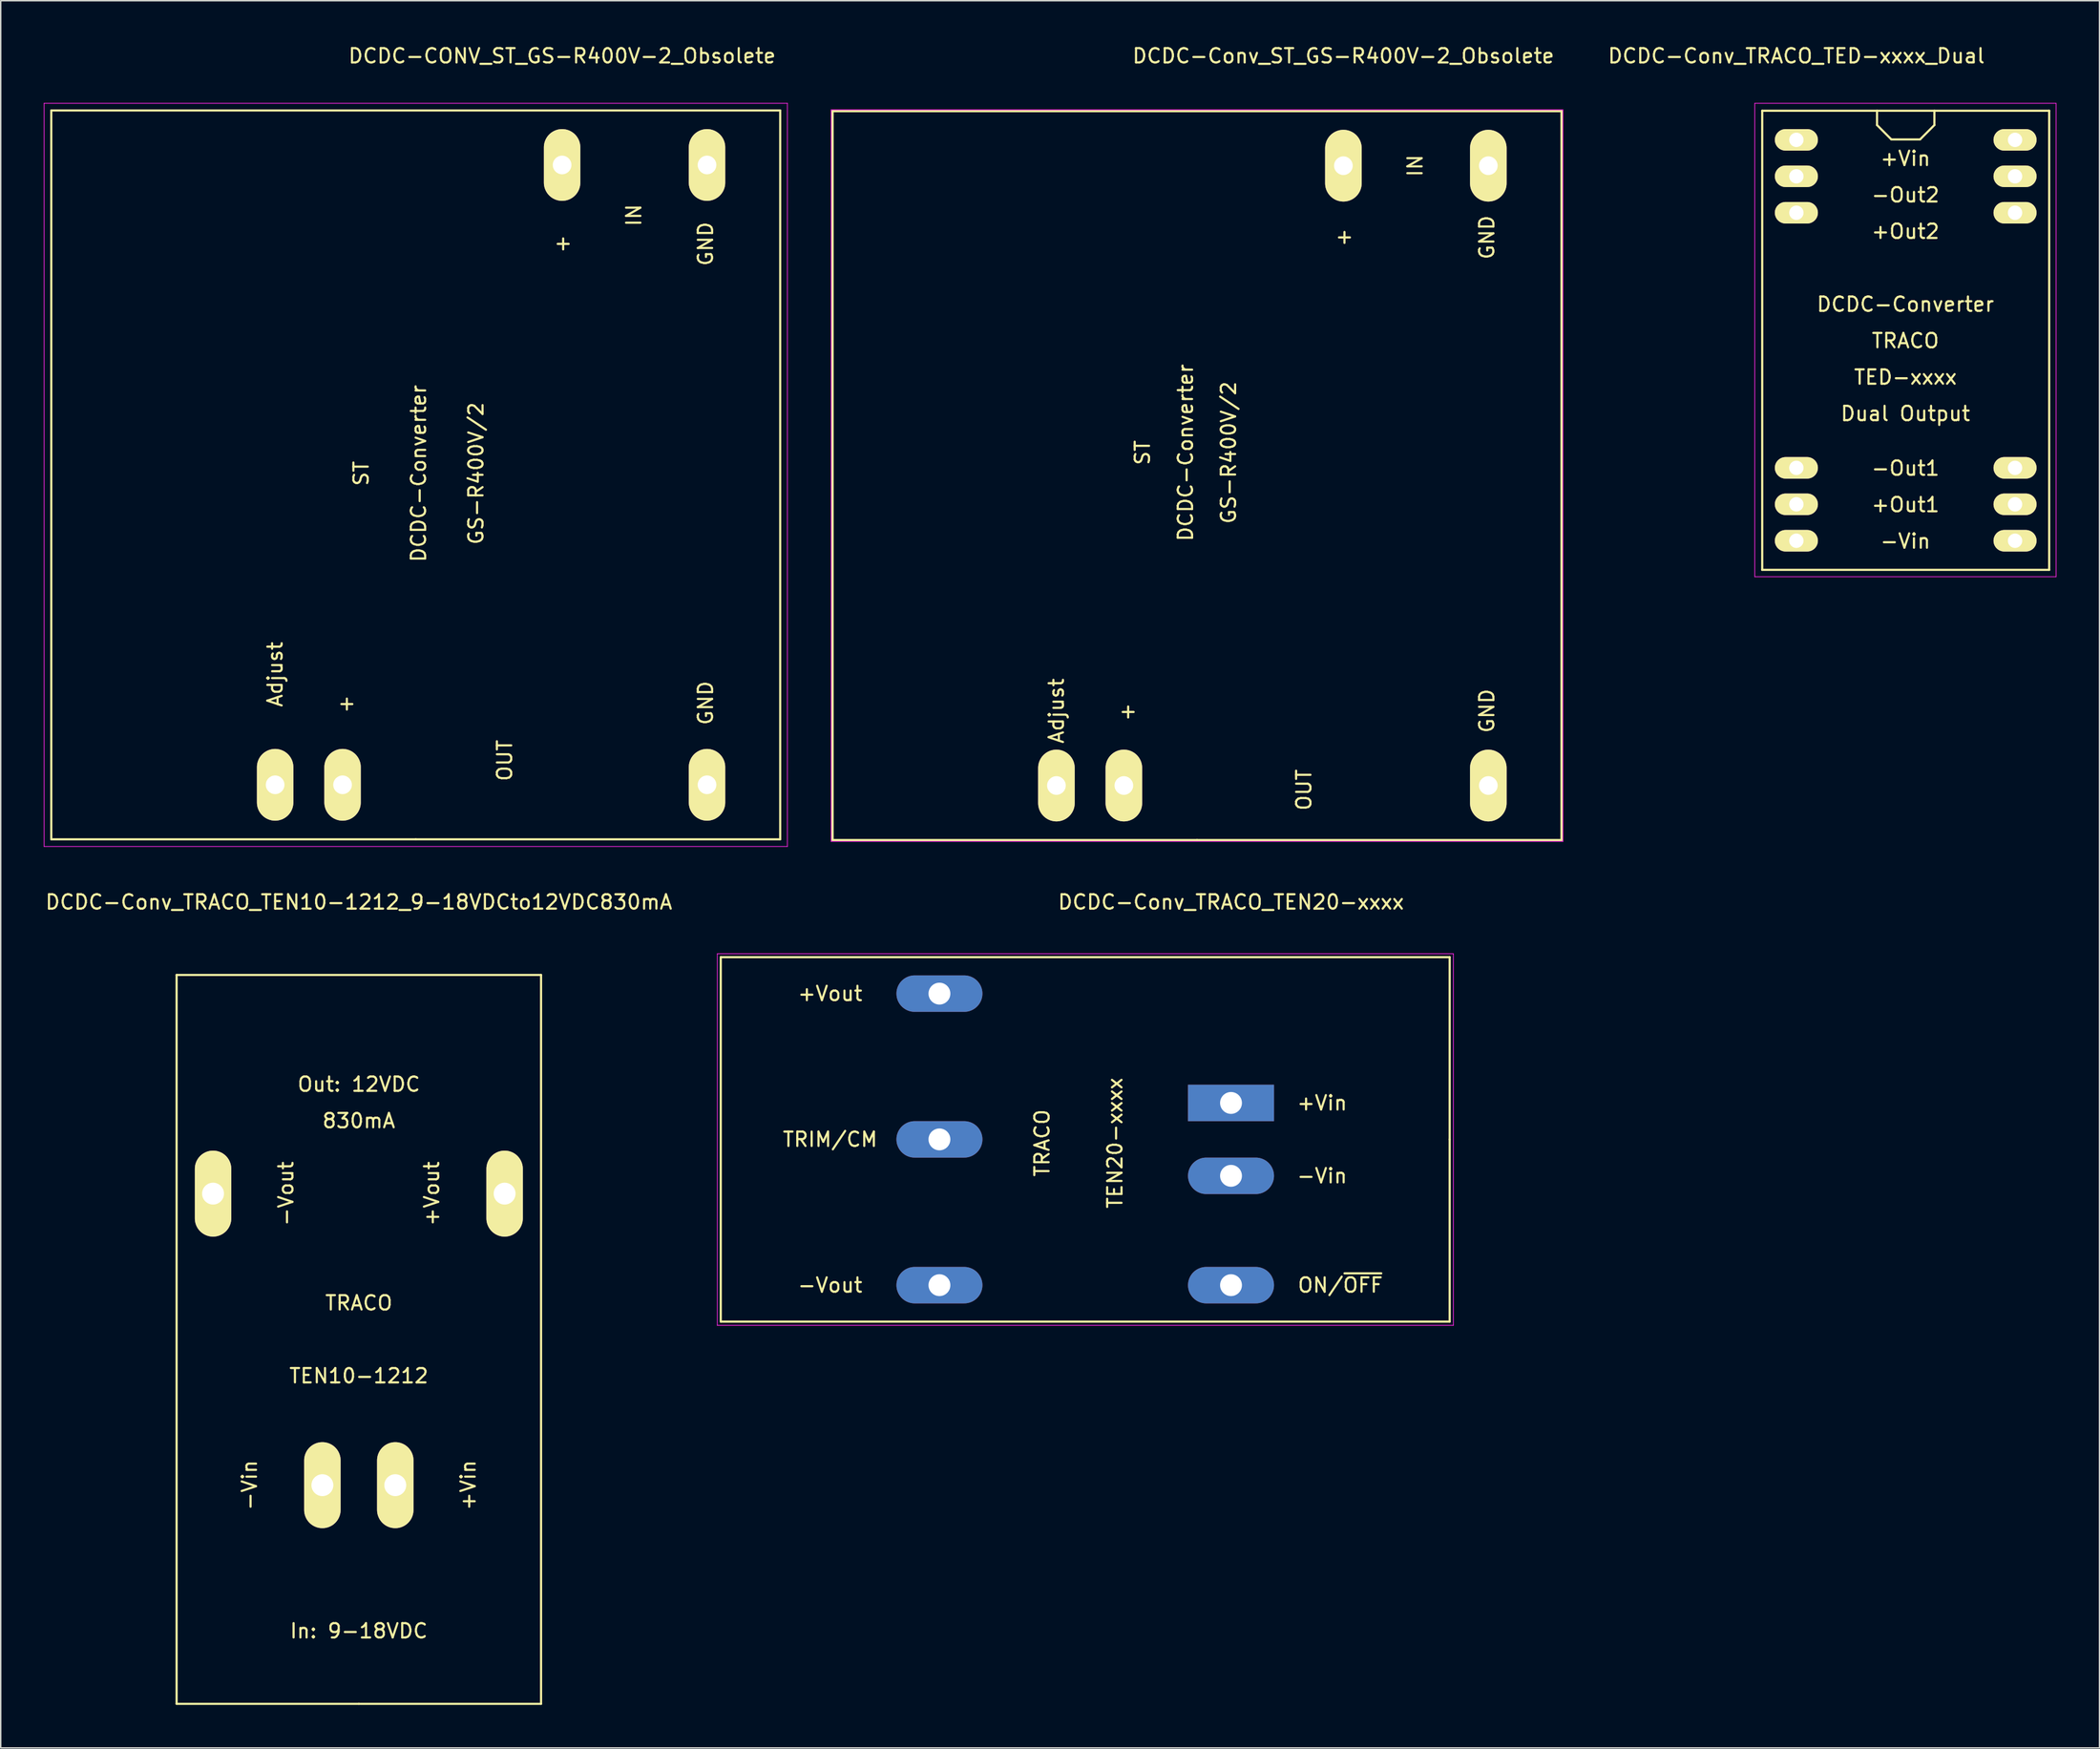
<source format=kicad_pcb>
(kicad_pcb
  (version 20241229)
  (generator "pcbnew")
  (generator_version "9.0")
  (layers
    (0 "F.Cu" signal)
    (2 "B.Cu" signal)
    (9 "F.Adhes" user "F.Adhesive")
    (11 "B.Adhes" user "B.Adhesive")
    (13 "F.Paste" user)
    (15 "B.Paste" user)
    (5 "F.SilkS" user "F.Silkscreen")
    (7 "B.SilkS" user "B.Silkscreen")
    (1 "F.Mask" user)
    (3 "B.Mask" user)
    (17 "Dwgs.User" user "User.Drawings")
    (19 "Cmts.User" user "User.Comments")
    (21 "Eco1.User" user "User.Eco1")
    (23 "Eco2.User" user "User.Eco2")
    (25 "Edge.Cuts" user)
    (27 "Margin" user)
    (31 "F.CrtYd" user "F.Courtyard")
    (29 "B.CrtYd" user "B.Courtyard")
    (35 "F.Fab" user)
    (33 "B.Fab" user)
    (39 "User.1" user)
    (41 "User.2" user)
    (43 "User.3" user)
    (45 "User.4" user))
  (footprint "DCDC-Conv_ST_GS-R400V-2_Obsolete"
    (layer "F.Cu")
    (at 90.575 8.498)
    (property "Reference" "DCDC-Conv_ST_GS-R400V-2_Obsolete" (at 0 -7.65 0) (layer "F.SilkS") (effects (font (size 1 1) (thickness 0.15))))
    (attr through_hole)
    (fp_line (start -35.6 -3.8) (end -35.6 47) (stroke (width 0.15) (type solid)) (layer "F.SilkS"))
    (fp_line (start -35.6 47) (end -10.2 47) (stroke (width 0.15) (type solid)) (layer "F.SilkS"))
    (fp_line (start -10.2 47) (end 15.2 47) (stroke (width 0.15) (type solid)) (layer "F.SilkS"))
    (fp_line (start 15.2 -3.8) (end -35.6 -3.8) (stroke (width 0.15) (type solid)) (layer "F.SilkS"))
    (fp_line (start 15.2 47) (end 15.2 -3.8) (stroke (width 0.15) (type solid)) (layer "F.SilkS"))
    (fp_line (start -35.7 -3.9) (end -35.7 47.1) (stroke (width 0.05) (type solid)) (layer "F.CrtYd"))
    (fp_line (start -35.7 -3.9) (end 15.3 -3.9) (stroke (width 0.05) (type solid)) (layer "F.CrtYd"))
    (fp_line (start -35.7 47.1) (end 15.3 47.1) (stroke (width 0.05) (type solid)) (layer "F.CrtYd"))
    (fp_line (start 15.3 -3.9) (end 15.3 47.1) (stroke (width 0.05) (type solid)) (layer "F.CrtYd"))
    (fp_text user "DCDC-Converter" (at -11 20 90) (layer "F.SilkS") (effects (font (size 1 1) (thickness 0.15))))
    (fp_text user "ST" (at -14 20 90) (layer "F.SilkS") (effects (font (size 1 1) (thickness 0.15))))
    (fp_text user "+" (at -15 38 0) (layer "F.SilkS") (effects (font (size 1 1) (thickness 0.15))))
    (fp_text user "OUT" (at -2.75 43.5 90) (layer "F.SilkS") (effects (font (size 1 1) (thickness 0.15))))
    (fp_text user "GND" (at 10 5 90) (layer "F.SilkS") (effects (font (size 1 1) (thickness 0.15))))
    (fp_text user "Adjust" (at -20 38 90) (layer "F.SilkS") (effects (font (size 1 1) (thickness 0.15))))
    (fp_text user "IN" (at 5 0 90) (layer "F.SilkS") (effects (font (size 1 1) (thickness 0.15))))
    (fp_text user "GS-R400V/2" (at -8 20 90) (layer "F.SilkS") (effects (font (size 1 1) (thickness 0.15))))
    (fp_text user "+" (at 0 5 90) (layer "F.SilkS") (effects (font (size 1 1) (thickness 0.15))))
    (fp_text user "GND" (at 10 38 90) (layer "F.SilkS") (effects (font (size 1 1) (thickness 0.15))))
    (pad "1" thru_hole oval (at 0 0) (size 2.55 5) (drill 1.3) (layers "*.Cu" "*.Mask" "F.SilkS"))
    (pad "2" thru_hole oval (at 10.1 0) (size 2.55 5) (drill 1.3) (layers "*.Cu" "*.Mask" "F.SilkS"))
    (pad "3" thru_hole oval (at 10.1 43.2) (size 2.55 5) (drill 1.3) (layers "*.Cu" "*.Mask" "F.SilkS"))
    (pad "4" thru_hole oval (at -15.3 43.2) (size 2.55 5) (drill 1.3) (layers "*.Cu" "*.Mask" "F.SilkS"))
    (pad "5" thru_hole oval (at -20 43.2) (size 2.55 5) (drill 1.3) (layers "*.Cu" "*.Mask" "F.SilkS")))
  (footprint "DCDC-CONV_ST_GS-R400V-2_Obsolete"
    (layer "F.Cu")
    (at 36.125 8.448)
    (property "Reference" "DCDC-CONV_ST_GS-R400V-2_Obsolete" (at 0 -7.6 0) (layer "F.SilkS") (effects (font (size 1 1) (thickness 0.15))))
    (attr through_hole)
    (fp_line (start -35.601 -3.8) (end -35.601 47) (stroke (width 0.15) (type solid)) (layer "F.SilkS"))
    (fp_line (start -35.601 47) (end -10.201 47) (stroke (width 0.15) (type solid)) (layer "F.SilkS"))
    (fp_line (start -10.201 47) (end 15.199 47) (stroke (width 0.15) (type solid)) (layer "F.SilkS"))
    (fp_line (start 15.199 -3.8) (end -35.601 -3.8) (stroke (width 0.15) (type solid)) (layer "F.SilkS"))
    (fp_line (start 15.199 47) (end 15.199 -3.8) (stroke (width 0.15) (type solid)) (layer "F.SilkS"))
    (fp_line (start -36.1 -4.3) (end -36.1 47.5) (stroke (width 0.05) (type solid)) (layer "F.CrtYd"))
    (fp_line (start -36.1 -4.3) (end 15.7 -4.3) (stroke (width 0.05) (type solid)) (layer "F.CrtYd"))
    (fp_line (start -36.1 47.5) (end 15.7 47.5) (stroke (width 0.05) (type solid)) (layer "F.CrtYd"))
    (fp_line (start 15.7 -4.3) (end 15.7 47.5) (stroke (width 0.05) (type solid)) (layer "F.CrtYd"))
    (fp_text user "+" (at -0.00002 5.501 90) (layer "F.SilkS") (effects (font (size 1 1) (thickness 0.15))))
    (fp_text user "GS-R400V/2" (at -6 21.5 90) (layer "F.SilkS") (effects (font (size 1 1) (thickness 0.15))))
    (fp_text user "GND" (at 10 5.501 90) (layer "F.SilkS") (effects (font (size 1 1) (thickness 0.15))))
    (fp_text user "Adjust" (at -20 35.5 90) (layer "F.SilkS") (effects (font (size 1 1) (thickness 0.15))))
    (fp_text user "+" (at -15.001 37.499 0) (layer "F.SilkS") (effects (font (size 1 1) (thickness 0.15))))
    (fp_text user "GND" (at 10 37.499 90) (layer "F.SilkS") (effects (font (size 1 1) (thickness 0.15))))
    (fp_text user "ST" (at -14.001 21.5 90) (layer "F.SilkS") (effects (font (size 1 1) (thickness 0.15))))
    (fp_text user "IN" (at 5.001 3.499 90) (layer "F.SilkS") (effects (font (size 1 1) (thickness 0.15))))
    (fp_text user "OUT" (at -4.001 41.5 90) (layer "F.SilkS") (effects (font (size 1 1) (thickness 0.15))))
    (fp_text user "DCDC-Converter" (at -10 21.5 90) (layer "F.SilkS") (effects (font (size 1 1) (thickness 0.15))))
    (pad "1" thru_hole oval (at 0 0) (size 2.54 5.001) (drill 1.3) (layers "*.Cu" "*.Mask" "F.SilkS"))
    (pad "2" thru_hole oval (at 10.099 0) (size 2.54 5.001) (drill 1.3) (layers "*.Cu" "*.Mask" "F.SilkS"))
    (pad "3" thru_hole oval (at 10.099 43.2) (size 2.54 5.001) (drill 1.3) (layers "*.Cu" "*.Mask" "F.SilkS"))
    (pad "4" thru_hole oval (at -15.301 43.2) (size 2.54 5.001) (drill 1.3) (layers "*.Cu" "*.Mask" "F.SilkS"))
    (pad "5" thru_hole oval (at -20 43.2) (size 2.54 5.001) (drill 1.3) (layers "*.Cu" "*.Mask" "F.SilkS")))
  (footprint "DCDC-Conv_TRACO_TED-xxxx_Dual"
    (layer "F.Cu")
    (at 122.144 6.698)
    (property "Reference" "DCDC-Conv_TRACO_TED-xxxx_Dual" (at 0 -5.85 0) (layer "F.SilkS") (effects (font (size 1 1) (thickness 0.15))))
    (attr through_hole)
    (fp_line (start -2.38 -2.029) (end -2.38 29.97) (stroke (width 0.15) (type solid)) (layer "F.SilkS"))
    (fp_line (start -2.38 29.97) (end 17.62 29.97) (stroke (width 0.15) (type solid)) (layer "F.SilkS"))
    (fp_line (start 5.621 -2.029) (end 5.621 -1.031) (stroke (width 0.15) (type solid)) (layer "F.SilkS"))
    (fp_line (start 5.621 -1.031) (end 6.619 -0.03) (stroke (width 0.15) (type solid)) (layer "F.SilkS"))
    (fp_line (start 6.619 -0.03) (end 8.621 -0.03) (stroke (width 0.15) (type solid)) (layer "F.SilkS"))
    (fp_line (start 8.621 -0.03) (end 9.619 -1.031) (stroke (width 0.15) (type solid)) (layer "F.SilkS"))
    (fp_line (start 9.619 -1.031) (end 9.619 -2.029) (stroke (width 0.15) (type solid)) (layer "F.SilkS"))
    (fp_line (start 17.62 -2.029) (end -2.38 -2.029) (stroke (width 0.15) (type solid)) (layer "F.SilkS"))
    (fp_line (start 17.62 29.97) (end 17.62 -2.029) (stroke (width 0.15) (type solid)) (layer "F.SilkS"))
    (fp_line (start -2.9 -2.55) (end -2.9 30.45) (stroke (width 0.05) (type solid)) (layer "F.CrtYd"))
    (fp_line (start -2.9 -2.55) (end 18.1 -2.55) (stroke (width 0.05) (type solid)) (layer "F.CrtYd"))
    (fp_line (start -2.9 30.45) (end 18.1 30.45) (stroke (width 0.05) (type solid)) (layer "F.CrtYd"))
    (fp_line (start 18.1 -2.55) (end 18.1 30.45) (stroke (width 0.05) (type solid)) (layer "F.CrtYd"))
    (fp_text user "-Out2" (at 7.6 3.84 0) (layer "F.SilkS") (effects (font (size 1 1) (thickness 0.15))))
    (fp_text user "-Out1" (at 7.6 22.89 0) (layer "F.SilkS") (effects (font (size 1 1) (thickness 0.15))))
    (fp_text user "+Out1" (at 7.6 25.43 0) (layer "F.SilkS") (effects (font (size 1 1) (thickness 0.15))))
    (fp_text user "+Out2" (at 7.6 6.38 0) (layer "F.SilkS") (effects (font (size 1 1) (thickness 0.15))))
    (fp_text user "+Vin" (at 7.6 1.3 0) (layer "F.SilkS") (effects (font (size 1 1) (thickness 0.15))))
    (fp_text user "TED-xxxx" (at 7.6 16.54 0) (layer "F.SilkS") (effects (font (size 1 1) (thickness 0.15))))
    (fp_text user "Dual Output" (at 7.6 19.08 0) (layer "F.SilkS") (effects (font (size 1 1) (thickness 0.15))))
    (fp_text user "-Vin" (at 7.6 27.97 0) (layer "F.SilkS") (effects (font (size 1 1) (thickness 0.15))))
    (fp_text user "TRACO" (at 7.6 14 0) (layer "F.SilkS") (effects (font (size 1 1) (thickness 0.15))))
    (fp_text user "DCDC-Converter" (at 7.6 11.46 0) (layer "F.SilkS") (effects (font (size 1 1) (thickness 0.15))))
    (pad "1" thru_hole oval (at 0 0) (size 3 1.501) (drill 1.001) (layers "*.Cu" "*.Mask" "F.SilkS"))
    (pad "2" thru_hole oval (at 0 2.54) (size 3 1.501) (drill 1.001) (layers "*.Cu" "*.Mask" "F.SilkS"))
    (pad "3" thru_hole oval (at 0 5.08) (size 3 1.501) (drill 1.001) (layers "*.Cu" "*.Mask" "F.SilkS"))
    (pad "10" thru_hole oval (at 0 22.86) (size 3 1.501) (drill 1.001) (layers "*.Cu" "*.Mask" "F.SilkS"))
    (pad "11" thru_hole oval (at 0 25.4) (size 3 1.501) (drill 1.001) (layers "*.Cu" "*.Mask" "F.SilkS"))
    (pad "12" thru_hole oval (at 0 27.94) (size 3 1.501) (drill 1.001) (layers "*.Cu" "*.Mask" "F.SilkS"))
    (pad "13" thru_hole oval (at 15.24 27.94) (size 3 1.501) (drill 1.001) (layers "*.Cu" "*.Mask" "F.SilkS"))
    (pad "14" thru_hole oval (at 15.24 25.4) (size 3 1.501) (drill 1.001) (layers "*.Cu" "*.Mask" "F.SilkS"))
    (pad "15" thru_hole oval (at 15.24 22.86) (size 3 1.501) (drill 1.001) (layers "*.Cu" "*.Mask" "F.SilkS"))
    (pad "22" thru_hole oval (at 15.24 5.08) (size 3 1.501) (drill 1.001) (layers "*.Cu" "*.Mask" "F.SilkS"))
    (pad "23" thru_hole oval (at 15.24 2.54) (size 3 1.501) (drill 1.001) (layers "*.Cu" "*.Mask" "F.SilkS"))
    (pad "24" thru_hole oval (at 15.24 0) (size 3 1.501) (drill 1.001) (layers "*.Cu" "*.Mask" "F.SilkS")))
  (footprint "DCDC-Conv_TRACO_TEN10-1212_9-18VDCto12VDC830mA"
    (layer "F.Cu")
    (at 21.958 90.302)
    (property "Reference" "DCDC-Conv_TRACO_TEN10-1212_9-18VDCto12VDC830mA" (at 0 -30.48 0) (layer "F.SilkS") (effects (font (size 1 1) (thickness 0.15))))
    (attr through_hole)
    (fp_line (start -12.7 -25.4) (end -12.7 25.4) (stroke (width 0.15) (type solid)) (layer "F.SilkS"))
    (fp_line (start -12.7 25.4) (end 0 25.4) (stroke (width 0.15) (type solid)) (layer "F.SilkS"))
    (fp_line (start 0 25.4) (end 12.7 25.4) (stroke (width 0.15) (type solid)) (layer "F.SilkS"))
    (fp_line (start 12.7 -25.4) (end -12.7 -25.4) (stroke (width 0.15) (type solid)) (layer "F.SilkS"))
    (fp_line (start 12.7 25.4) (end 12.7 -25.4) (stroke (width 0.15) (type solid)) (layer "F.SilkS"))
    (fp_text user "Out: 12VDC" (at 0 -17.78 0) (layer "F.SilkS") (effects (font (size 1 1) (thickness 0.15))))
    (fp_text user "In: 9-18VDC" (at 0 20.32 0) (layer "F.SilkS") (effects (font (size 1 1) (thickness 0.15))))
    (fp_text user "-Vin" (at -7.62 10.16 90) (layer "F.SilkS") (effects (font (size 1 1) (thickness 0.15))))
    (fp_text user "TEN10-1212" (at 0 2.54 0) (layer "F.SilkS") (effects (font (size 1 1) (thickness 0.15))))
    (fp_text user "830mA" (at 0 -15.24 0) (layer "F.SilkS") (effects (font (size 1 1) (thickness 0.15))))
    (fp_text user "-Vout" (at -5.08 -10.16 90) (layer "F.SilkS") (effects (font (size 1 1) (thickness 0.15))))
    (fp_text user "+Vin" (at 7.62 10.16 90) (layer "F.SilkS") (effects (font (size 1 1) (thickness 0.15))))
    (fp_text user "+Vout" (at 5.08 -10.16 90) (layer "F.SilkS") (effects (font (size 1 1) (thickness 0.15))))
    (fp_text user "TRACO" (at 0 -2.54 0) (layer "F.SilkS") (effects (font (size 1 1) (thickness 0.15))))
    (pad "1" thru_hole oval (at 2.54 10.16) (size 2.54 5.994) (drill 1.524) (layers "*.Cu" "*.Mask" "F.SilkS"))
    (pad "2" thru_hole oval (at -2.54 10.16) (size 2.54 5.994) (drill 1.524) (layers "*.Cu" "*.Mask" "F.SilkS"))
    (pad "3" thru_hole oval (at 10.16 -10.16) (size 2.54 5.994) (drill 1.524) (layers "*.Cu" "*.Mask" "F.SilkS"))
    (pad "5" thru_hole oval (at -10.16 -10.16) (size 2.54 5.994) (drill 1.524) (layers "*.Cu" "*.Mask" "F.SilkS")))
  (footprint "DCDC-Conv_TRACO_TEN20-xxxx"
    (layer "F.Cu")
    (at 82.742 73.822)
    (property "Reference" "DCDC-Conv_TRACO_TEN20-xxxx" (at 0 -14 0) (layer "F.SilkS") (effects (font (size 1 1) (thickness 0.15))))
    (attr through_hole)
    (fp_line (start -35.56 -10.16) (end -35.56 15.24) (stroke (width 0.15) (type solid)) (layer "F.SilkS"))
    (fp_line (start -35.56 15.24) (end 15.24 15.24) (stroke (width 0.15) (type solid)) (layer "F.SilkS"))
    (fp_line (start 15.24 -10.16) (end -35.56 -10.16) (stroke (width 0.15) (type solid)) (layer "F.SilkS"))
    (fp_line (start 15.24 2.54) (end 15.24 -10.16) (stroke (width 0.15) (type solid)) (layer "F.SilkS"))
    (fp_line (start 15.24 15.24) (end 15.24 2.54) (stroke (width 0.15) (type solid)) (layer "F.SilkS"))
    (fp_line (start -35.8 -10.4) (end -35.8 15.5) (stroke (width 0.05) (type solid)) (layer "F.CrtYd"))
    (fp_line (start -35.8 -10.4) (end 15.5 -10.4) (stroke (width 0.05) (type solid)) (layer "F.CrtYd"))
    (fp_line (start -35.8 15.5) (end 15.5 15.5) (stroke (width 0.05) (type solid)) (layer "F.CrtYd"))
    (fp_line (start 15.5 -10.4) (end 15.5 15.5) (stroke (width 0.05) (type solid)) (layer "F.CrtYd"))
    (fp_text user "TRIM/CM" (at -27.94 2.54 0) (layer "F.SilkS") (effects (font (size 1 1) (thickness 0.15))))
    (fp_text user "-Vout" (at -27.94 12.7 180) (layer "F.SilkS") (effects (font (size 1 1) (thickness 0.15))))
    (fp_text user "ON/~{OFF}" (at 7.62 12.7 0) (layer "F.SilkS") (effects (font (size 1 1) (thickness 0.15))))
    (fp_text user "+Vin" (at 6.35 0 180) (layer "F.SilkS") (effects (font (size 1 1) (thickness 0.15))))
    (fp_text user "TRACO" (at -13.165 2.794 90) (layer "F.SilkS") (effects (font (size 1 1) (thickness 0.15))))
    (fp_text user "+Vout" (at -27.94 -7.62 180) (layer "F.SilkS") (effects (font (size 1 1) (thickness 0.15))))
    (fp_text user "-Vin" (at 6.35 5.08 180) (layer "F.SilkS") (effects (font (size 1 1) (thickness 0.15))))
    (fp_text user "TEN20-xxxx" (at -8.085 2.794 90) (layer "F.SilkS") (effects (font (size 1 1) (thickness 0.15))))
    (pad "1" thru_hole rect (at 0 0) (size 5.994 2.54) (drill 1.524) (layers "*.Cu" "*.Mask"))
    (pad "2" thru_hole oval (at 0 5.08) (size 5.994 2.54) (drill 1.524) (layers "*.Cu" "*.Mask"))
    (pad "3" thru_hole oval (at -20.32 -7.62) (size 5.994 2.54) (drill 1.524) (layers "*.Cu" "*.Mask"))
    (pad "4" thru_hole oval (at -20.32 2.54) (size 5.994 2.54) (drill 1.524) (layers "*.Cu" "*.Mask"))
    (pad "5" thru_hole oval (at -20.32 12.7) (size 5.994 2.54) (drill 1.524) (layers "*.Cu" "*.Mask"))
    (pad "6" thru_hole oval (at 0 12.7) (size 5.994 2.54) (drill 1.524) (layers "*.Cu" "*.Mask")))
  (gr_rect
    (start -3 -3)
    (end 143.269 118.776)
    (stroke (width 0.1) (type default))
    (fill no)
    (layer "Edge.Cuts")))
</source>
